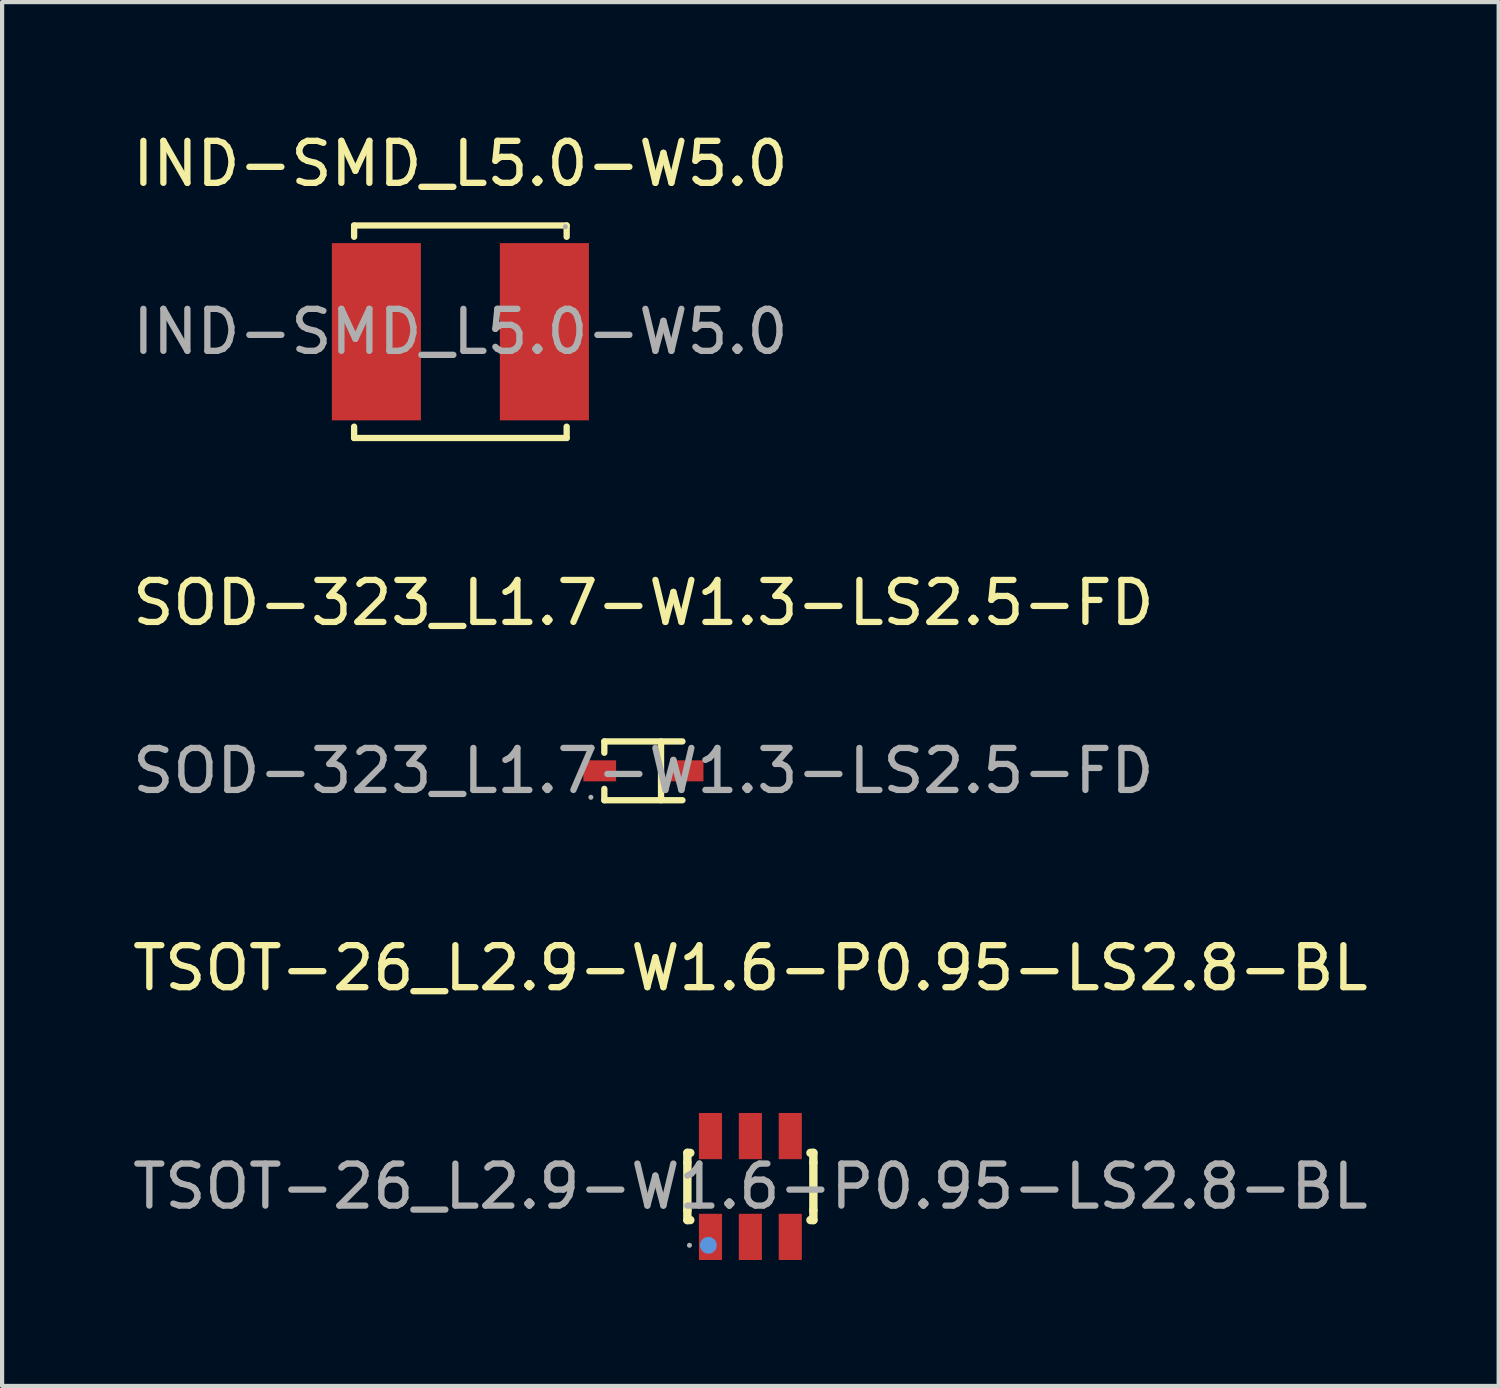
<source format=kicad_pcb>
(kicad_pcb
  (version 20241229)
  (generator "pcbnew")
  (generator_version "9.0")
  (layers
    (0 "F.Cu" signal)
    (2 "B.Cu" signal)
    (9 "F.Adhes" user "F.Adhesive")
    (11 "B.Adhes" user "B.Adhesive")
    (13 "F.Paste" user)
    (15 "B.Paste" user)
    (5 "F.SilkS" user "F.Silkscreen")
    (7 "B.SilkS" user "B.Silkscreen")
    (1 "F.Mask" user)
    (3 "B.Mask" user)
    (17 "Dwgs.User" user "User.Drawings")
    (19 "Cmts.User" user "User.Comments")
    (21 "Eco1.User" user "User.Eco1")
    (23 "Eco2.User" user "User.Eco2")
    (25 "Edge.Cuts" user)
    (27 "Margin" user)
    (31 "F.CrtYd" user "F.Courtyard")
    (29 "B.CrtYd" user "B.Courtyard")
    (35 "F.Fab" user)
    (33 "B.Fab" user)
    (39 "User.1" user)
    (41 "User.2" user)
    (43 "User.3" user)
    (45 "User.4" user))
  (footprint "IND-SMD_L5.0-W5.0"
    (layer "F.Cu")
    (at 7.911 4.848)
    (property "Reference" "IND-SMD_L5.0-W5.0" (at 0 -4 0) (layer "F.SilkS") (effects (font (size 1 1) (thickness 0.15))))
    (attr smd)
    (fp_line (start -2.53 -2.53) (end 2.53 -2.53) (stroke (width 0.15) (type solid)) (layer "F.SilkS"))
    (fp_line (start -2.53 -2.26) (end -2.53 -2.53) (stroke (width 0.15) (type solid)) (layer "F.SilkS"))
    (fp_line (start -2.53 2.26) (end -2.53 2.53) (stroke (width 0.15) (type solid)) (layer "F.SilkS"))
    (fp_line (start -2.53 2.53) (end 2.53 2.53) (stroke (width 0.15) (type solid)) (layer "F.SilkS"))
    (fp_line (start 2.53 -2.53) (end 2.53 -2.26) (stroke (width 0.15) (type solid)) (layer "F.SilkS"))
    (fp_line (start 2.53 2.53) (end 2.53 2.26) (stroke (width 0.15) (type solid)) (layer "F.SilkS"))
    (fp_circle (center 2.5 -2.5) (end 2.53 -2.5) (stroke (width 0.06) (type solid)) (fill no) (layer "F.Fab"))
    (fp_text user "${REFERENCE}" (at 0 0 0) (layer "F.Fab") (effects (font (size 1 1) (thickness 0.15))))
    (pad "1" smd rect (at 2 0) (size 2.12 4.22) (layers "F.Cu" "F.Mask" "F.Paste"))
    (pad "2" smd rect (at -2 0) (size 2.12 4.22) (layers "F.Cu" "F.Mask" "F.Paste")))
  (footprint "TSOT-26_L2.9-W1.6-P0.95-LS2.8-BL"
    (layer "F.Cu")
    (at 14.815 25.198)
    (property "Reference" "TSOT-26_L2.9-W1.6-P0.95-LS2.8-BL" (at 0 -5.2 0) (layer "F.SilkS") (effects (font (size 1 1) (thickness 0.15))))
    (attr smd)
    (fp_line (start -1.5 -0.8) (end -1.43 -0.8) (stroke (width 0.2) (type solid)) (layer "F.SilkS"))
    (fp_line (start -1.5 -0.57) (end -1.5 -0.8) (stroke (width 0.2) (type solid)) (layer "F.SilkS"))
    (fp_line (start -1.5 0.57) (end -1.5 -0.57) (stroke (width 0.2) (type solid)) (layer "F.SilkS"))
    (fp_line (start -1.5 0.57) (end -1.5 0.8) (stroke (width 0.2) (type solid)) (layer "F.SilkS"))
    (fp_line (start -1.5 0.8) (end -1.43 0.8) (stroke (width 0.2) (type solid)) (layer "F.SilkS"))
    (fp_line (start 1.5 -0.8) (end 1.43 -0.8) (stroke (width 0.2) (type solid)) (layer "F.SilkS"))
    (fp_line (start 1.5 -0.57) (end 1.5 -0.8) (stroke (width 0.2) (type solid)) (layer "F.SilkS"))
    (fp_line (start 1.5 -0.57) (end 1.5 0.57) (stroke (width 0.2) (type solid)) (layer "F.SilkS"))
    (fp_line (start 1.5 0.57) (end 1.5 0.8) (stroke (width 0.2) (type solid)) (layer "F.SilkS"))
    (fp_line (start 1.5 0.8) (end 1.43 0.8) (stroke (width 0.2) (type solid)) (layer "F.SilkS"))
    (fp_circle (center -1 1.4) (end -0.9 1.4) (stroke (width 0.2) (type solid)) (fill no) (layer "Cmts.User"))
    (fp_circle (center -1.45 1.4) (end -1.42 1.4) (stroke (width 0.06) (type solid)) (fill no) (layer "F.Fab"))
    (fp_text user "${REFERENCE}" (at 0 0 0) (layer "F.Fab") (effects (font (size 1 1) (thickness 0.15))))
    (pad "1" smd rect (at -0.95 1.2 180) (size 0.55 1.1) (layers "F.Cu" "F.Mask" "F.Paste"))
    (pad "2" smd rect (at 0 1.2 180) (size 0.55 1.1) (layers "F.Cu" "F.Mask" "F.Paste"))
    (pad "3" smd rect (at 0.95 1.2 180) (size 0.55 1.1) (layers "F.Cu" "F.Mask" "F.Paste"))
    (pad "4" smd rect (at 0.95 -1.2 180) (size 0.55 1.1) (layers "F.Cu" "F.Mask" "F.Paste"))
    (pad "5" smd rect (at 0 -1.2 180) (size 0.55 1.1) (layers "F.Cu" "F.Mask" "F.Paste"))
    (pad "6" smd rect (at -0.95 -1.2 180) (size 0.55 1.1) (layers "F.Cu" "F.Mask" "F.Paste")))
  (footprint "SOD-323_L1.7-W1.3-LS2.5-FD"
    (layer "F.Cu")
    (at 12.268 15.302)
    (property "Reference" "SOD-323_L1.7-W1.3-LS2.5-FD" (at 0 -4 0) (layer "F.SilkS") (effects (font (size 1 1) (thickness 0.15))))
    (attr smd)
    (fp_line (start -0.93 -0.7) (end -0.93 -0.43) (stroke (width 0.15) (type solid)) (layer "F.SilkS"))
    (fp_line (start -0.93 -0.7) (end 0.93 -0.7) (stroke (width 0.15) (type solid)) (layer "F.SilkS"))
    (fp_line (start -0.93 0.43) (end -0.93 0.7) (stroke (width 0.15) (type solid)) (layer "F.SilkS"))
    (fp_line (start -0.93 0.7) (end 0.93 0.7) (stroke (width 0.15) (type solid)) (layer "F.SilkS"))
    (fp_line (start 0.42 -0.7) (end 0.42 0.7) (stroke (width 0.15) (type solid)) (layer "F.SilkS"))
    (fp_circle (center -1.25 0.63) (end -1.22 0.63) (stroke (width 0.06) (type solid)) (fill no) (layer "F.Fab"))
    (fp_text user "${REFERENCE}" (at 0 0 0) (layer "F.Fab") (effects (font (size 1 1) (thickness 0.15))))
    (pad "1" smd rect (at -1.04 0) (size 0.78 0.5) (layers "F.Cu" "F.Mask" "F.Paste"))
    (pad "2" smd rect (at 1.04 0) (size 0.78 0.5) (layers "F.Cu" "F.Mask" "F.Paste")))
  (gr_rect
    (start -3 -3)
    (end 32.631 29.948)
    (stroke (width 0.1) (type default))
    (fill no)
    (layer "Edge.Cuts")))
</source>
